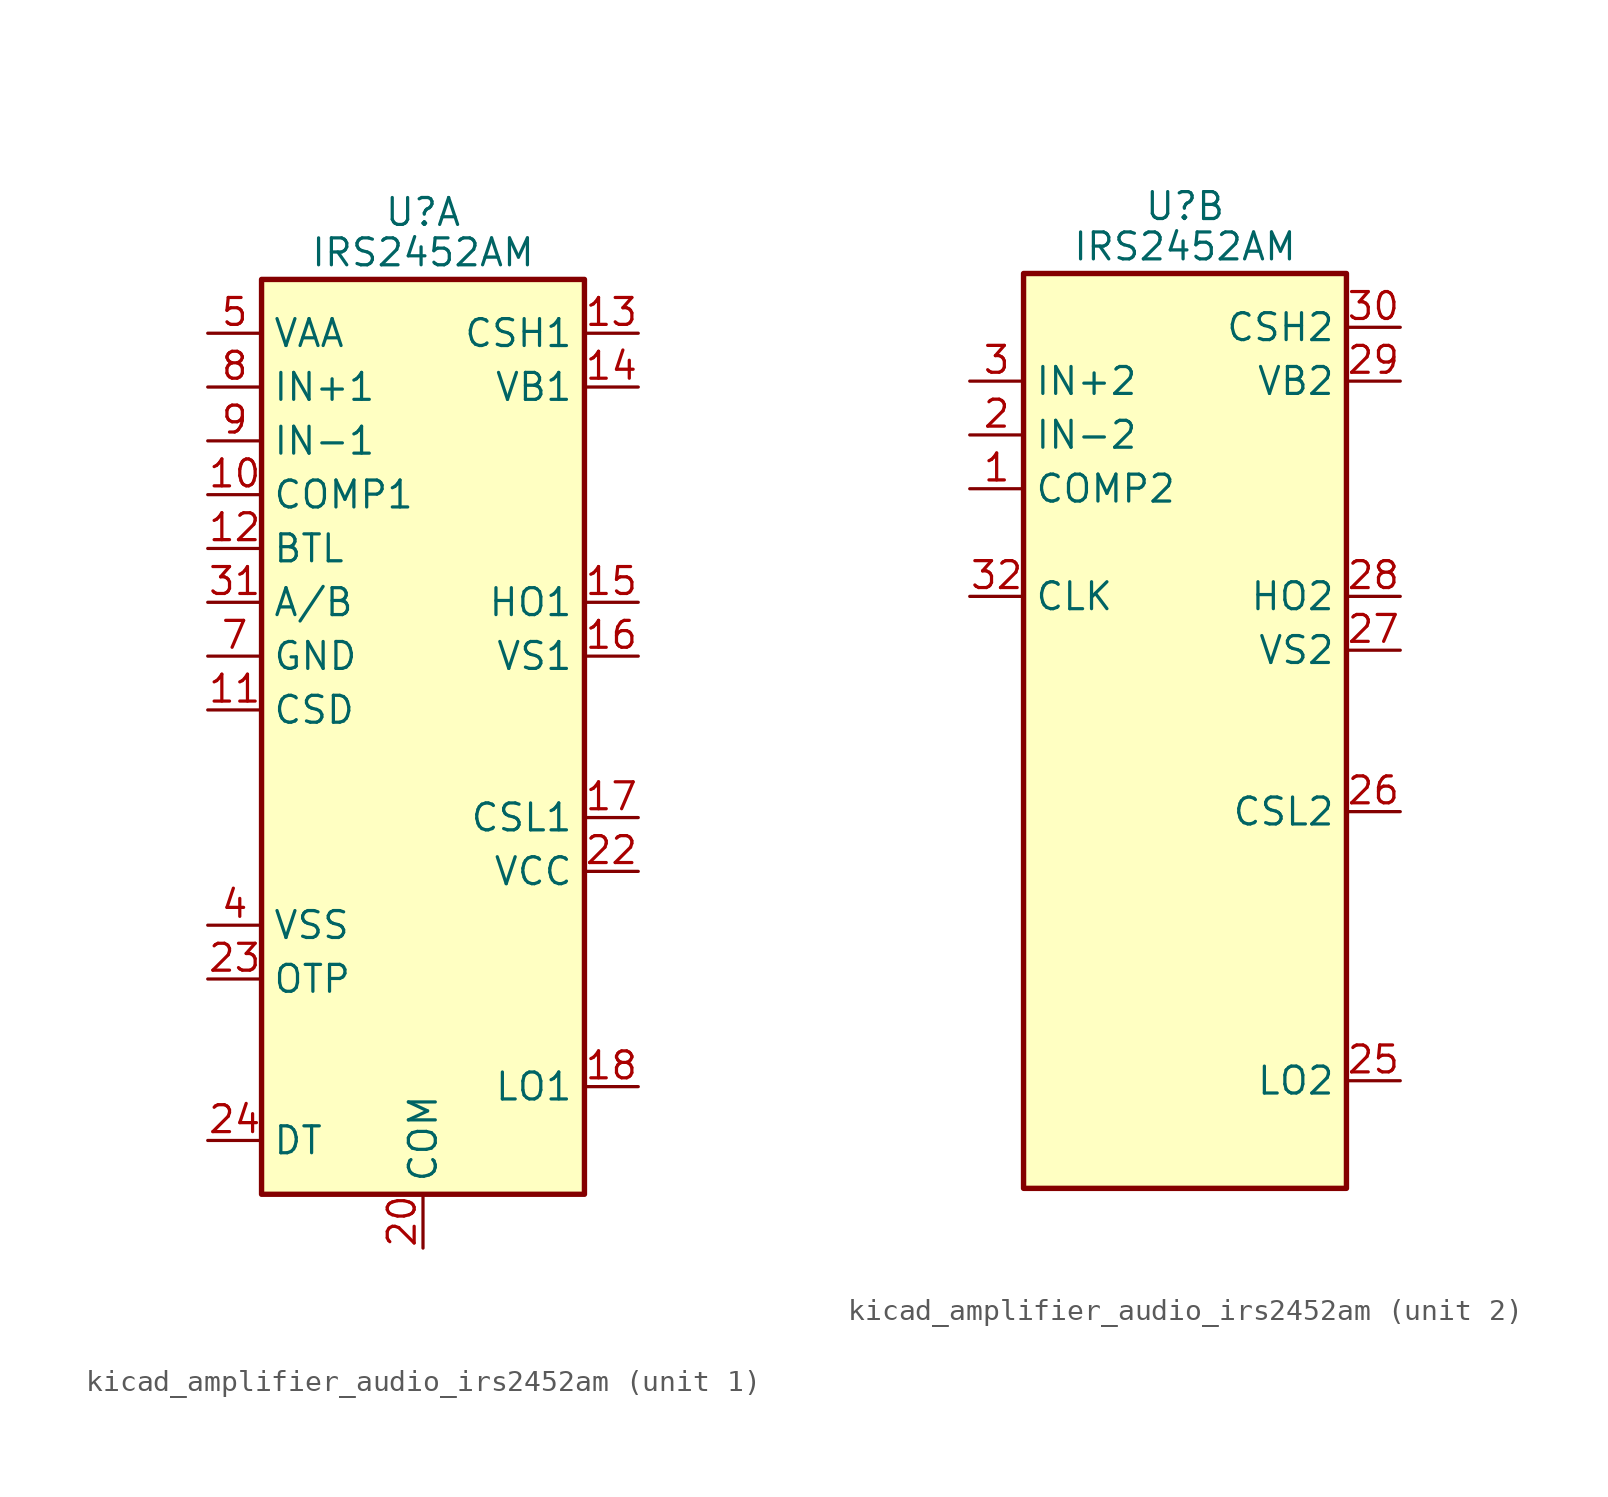
<source format=kicad_sym>
(kicad_symbol_lib
  (version 20220914)
  (generator kicad_symbol_editor)
  (symbol "kicad_amplifier_audio_irs2452am"
    (property "Reference" "U"
      (at 0 26.035 0)
      (effects (font (size 1.27 1.27))))
    (property "Value" "IRS2452AM"
      (at 0 24.13 0)
      (effects (font (size 1.27 1.27))))
    (property "ki_locked" ""
      (at 0 0 0)
      (effects (font (size 1.27 1.27))))
    (symbol "kicad_amplifier_audio_irs2452am_0_1"
      (rectangle (start -7.62 -20.32) (end 7.62 22.86) (stroke (width 0.254) (type default)) (fill (type background))))
    (symbol "kicad_amplifier_audio_irs2452am_1_1"
      (pin output line (at -10.16 12.7 0) (length 2.54) (name "COMP1" (effects (font (size 1.27 1.27)))) (number "10" (effects (font (size 1.27 1.27)))))
      (pin passive line (at -10.16 2.54 0) (length 2.54) (name "CSD" (effects (font (size 1.27 1.27)))) (number "11" (effects (font (size 1.27 1.27)))))
      (pin input line (at -10.16 10.16 0) (length 2.54) (name "BTL" (effects (font (size 1.27 1.27)))) (number "12" (effects (font (size 1.27 1.27)))))
      (pin passive line (at 10.16 20.32 180) (length 2.54) (name "CSH1" (effects (font (size 1.27 1.27)))) (number "13" (effects (font (size 1.27 1.27)))))
      (pin power_in line (at 10.16 17.78 180) (length 2.54) (name "VB1" (effects (font (size 1.27 1.27)))) (number "14" (effects (font (size 1.27 1.27)))))
      (pin output line (at 10.16 7.62 180) (length 2.54) (name "HO1" (effects (font (size 1.27 1.27)))) (number "15" (effects (font (size 1.27 1.27)))))
      (pin passive line (at 10.16 5.08 180) (length 2.54) (name "VS1" (effects (font (size 1.27 1.27)))) (number "16" (effects (font (size 1.27 1.27)))))
      (pin passive line (at 10.16 -2.54 180) (length 2.54) (name "CSL1" (effects (font (size 1.27 1.27)))) (number "17" (effects (font (size 1.27 1.27)))))
      (pin output line (at 10.16 -15.24 180) (length 2.54) (name "LO1" (effects (font (size 1.27 1.27)))) (number "18" (effects (font (size 1.27 1.27)))))
      (pin no_connect line (at -7.62 -2.54 0) (length 2.54) hide (name "NC" (effects (font (size 1.27 1.27)))) (number "19" (effects (font (size 1.27 1.27)))))
      (pin power_in line (at 0 -22.86 90) (length 2.54) (name "COM" (effects (font (size 1.27 1.27)))) (number "20" (effects (font (size 1.27 1.27)))))
      (pin no_connect line (at -7.62 -5.08 0) (length 2.54) hide (name "NC" (effects (font (size 1.27 1.27)))) (number "21" (effects (font (size 1.27 1.27)))))
      (pin power_in line (at 10.16 -5.08 180) (length 2.54) (name "VCC" (effects (font (size 1.27 1.27)))) (number "22" (effects (font (size 1.27 1.27)))))
      (pin passive line (at -10.16 -10.16 0) (length 2.54) (name "OTP" (effects (font (size 1.27 1.27)))) (number "23" (effects (font (size 1.27 1.27)))))
      (pin passive line (at -10.16 -17.78 0) (length 2.54) (name "DT" (effects (font (size 1.27 1.27)))) (number "24" (effects (font (size 1.27 1.27)))))
      (pin input line (at -10.16 7.62 0) (length 2.54) (name "A/B" (effects (font (size 1.27 1.27)))) (number "31" (effects (font (size 1.27 1.27)))))
      (pin passive line (at 0 -22.86 90) (length 2.54) hide (name "COM" (effects (font (size 1.27 1.27)))) (number "33" (effects (font (size 1.27 1.27)))))
      (pin power_in line (at -10.16 -7.62 0) (length 2.54) (name "VSS" (effects (font (size 1.27 1.27)))) (number "4" (effects (font (size 1.27 1.27)))))
      (pin power_in line (at -10.16 20.32 0) (length 2.54) (name "VAA" (effects (font (size 1.27 1.27)))) (number "5" (effects (font (size 1.27 1.27)))))
      (pin no_connect line (at -7.62 0 0) (length 2.54) hide (name "NC" (effects (font (size 1.27 1.27)))) (number "6" (effects (font (size 1.27 1.27)))))
      (pin power_in line (at -10.16 5.08 0) (length 2.54) (name "GND" (effects (font (size 1.27 1.27)))) (number "7" (effects (font (size 1.27 1.27)))))
      (pin input line (at -10.16 17.78 0) (length 2.54) (name "IN+1" (effects (font (size 1.27 1.27)))) (number "8" (effects (font (size 1.27 1.27)))))
      (pin input line (at -10.16 15.24 0) (length 2.54) (name "IN-1" (effects (font (size 1.27 1.27)))) (number "9" (effects (font (size 1.27 1.27))))))
    (symbol "kicad_amplifier_audio_irs2452am_2_1"
      (pin output line (at -10.16 12.7 0) (length 2.54) (name "COMP2" (effects (font (size 1.27 1.27)))) (number "1" (effects (font (size 1.27 1.27)))))
      (pin input line (at -10.16 15.24 0) (length 2.54) (name "IN-2" (effects (font (size 1.27 1.27)))) (number "2" (effects (font (size 1.27 1.27)))))
      (pin output line (at 10.16 -15.24 180) (length 2.54) (name "LO2" (effects (font (size 1.27 1.27)))) (number "25" (effects (font (size 1.27 1.27)))))
      (pin passive line (at 10.16 -2.54 180) (length 2.54) (name "CSL2" (effects (font (size 1.27 1.27)))) (number "26" (effects (font (size 1.27 1.27)))))
      (pin passive line (at 10.16 5.08 180) (length 2.54) (name "VS2" (effects (font (size 1.27 1.27)))) (number "27" (effects (font (size 1.27 1.27)))))
      (pin output line (at 10.16 7.62 180) (length 2.54) (name "HO2" (effects (font (size 1.27 1.27)))) (number "28" (effects (font (size 1.27 1.27)))))
      (pin power_in line (at 10.16 17.78 180) (length 2.54) (name "VB2" (effects (font (size 1.27 1.27)))) (number "29" (effects (font (size 1.27 1.27)))))
      (pin input line (at -10.16 17.78 0) (length 2.54) (name "IN+2" (effects (font (size 1.27 1.27)))) (number "3" (effects (font (size 1.27 1.27)))))
      (pin passive line (at 10.16 20.32 180) (length 2.54) (name "CSH2" (effects (font (size 1.27 1.27)))) (number "30" (effects (font (size 1.27 1.27)))))
      (pin input line (at -10.16 7.62 0) (length 2.54) (name "CLK" (effects (font (size 1.27 1.27)))) (number "32" (effects (font (size 1.27 1.27))))))))
</source>
